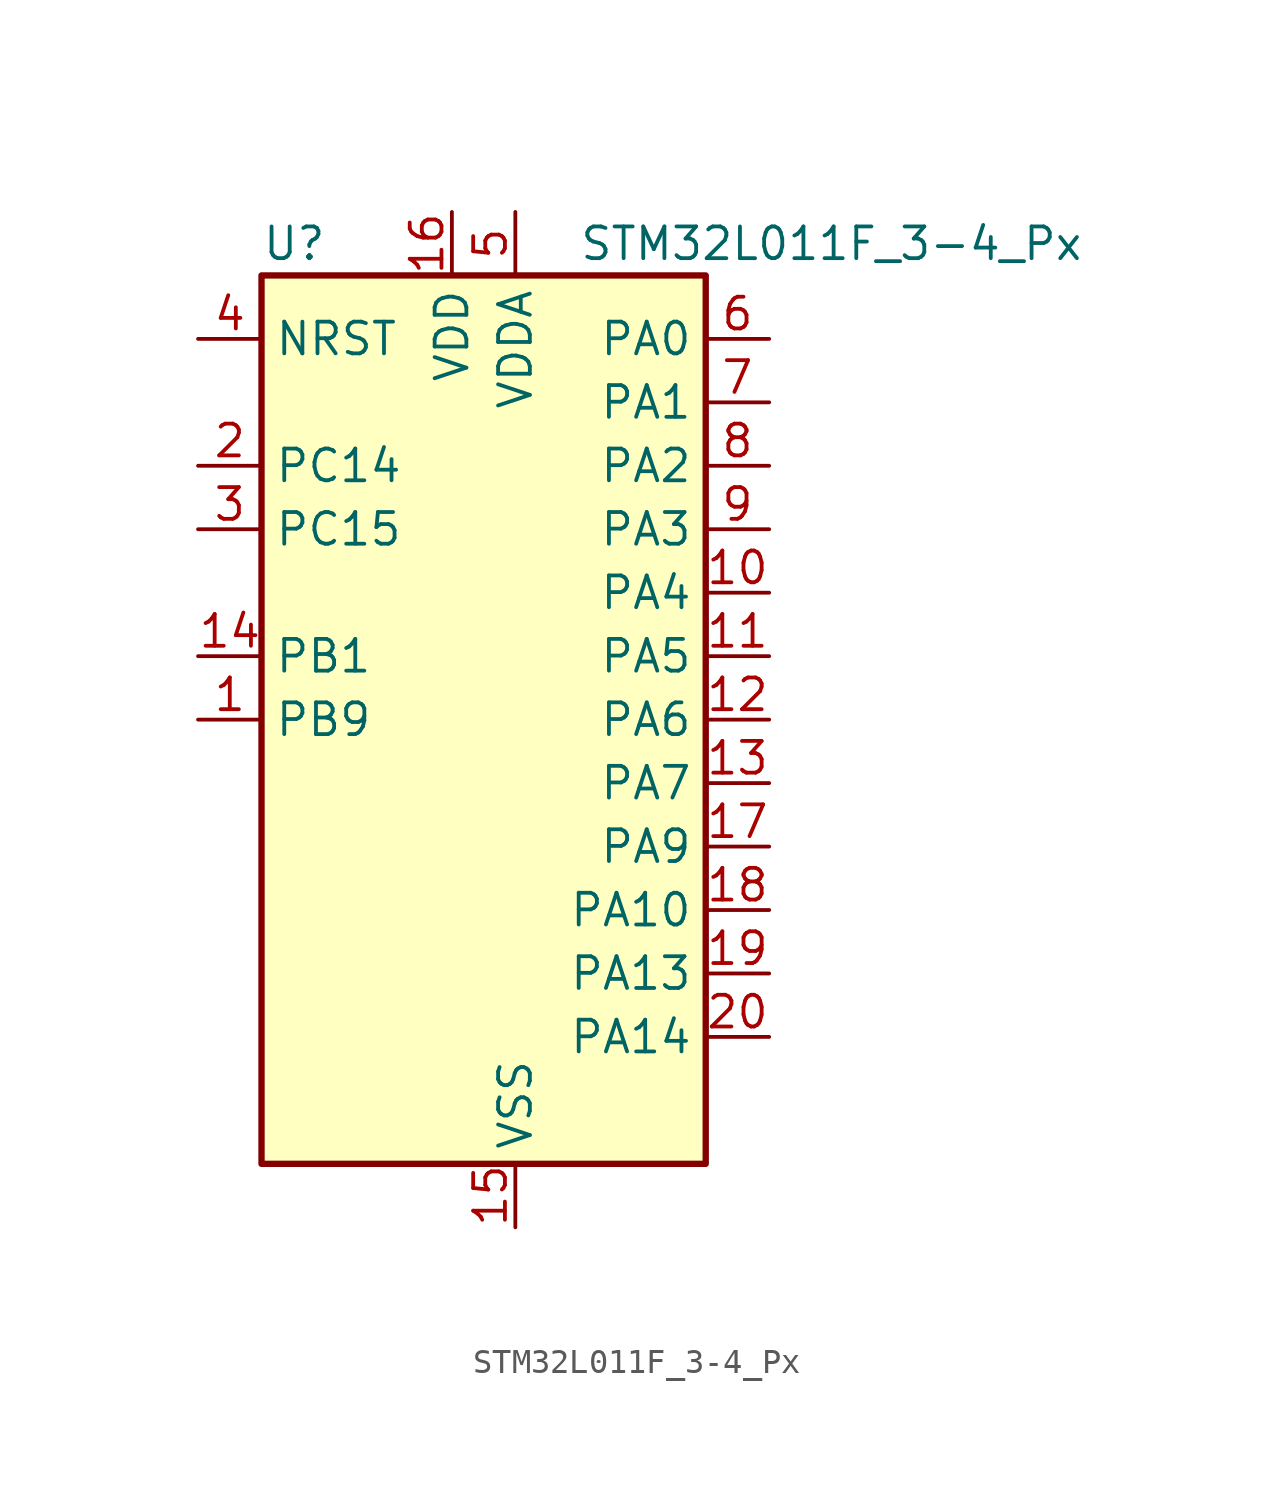
<source format=kicad_sym>
(kicad_symbol_lib
  (version 20220914)
  (generator kicad_symbol_editor)
  (symbol "STM32L011F_3-4_Px"
    (property "Reference" "U"
      (at -7.62 19.05 0)
      (effects (font (size 1.27 1.27)) (justify left)))
    (property "Value" "STM32L011F_3-4_Px"
      (at 5.08 19.05 0)
      (effects (font (size 1.27 1.27)) (justify left)))
    (property "ki_locked" ""
      (at 0 0 0)
      (effects (font (size 1.27 1.27))))
    (symbol "STM32L011F_3-4_Px_0_1"
      (rectangle (start -7.62 -17.78) (end 10.16 17.78) (stroke (width 0.254) (type default)) (fill (type background))))
    (symbol "STM32L011F_3-4_Px_1_1"
      (pin bidirectional line (at -10.16 0 0) (length 2.54) (name "PB9" (effects (font (size 1.27 1.27)))) (number "1" (effects (font (size 1.27 1.27)))))
      (pin bidirectional line (at 12.7 5.08 180) (length 2.54) (name "PA4" (effects (font (size 1.27 1.27)))) (number "10" (effects (font (size 1.27 1.27)))) (alternate "ADC_IN4" bidirectional line) (alternate "COMP1_INM" bidirectional line) (alternate "COMP2_INM" bidirectional line) (alternate "COMP2_OUT" bidirectional line) (alternate "I2C1_SCL" bidirectional line) (alternate "LPTIM1_ETR" bidirectional line) (alternate "LPTIM1_IN1" bidirectional line) (alternate "LPUART1_TX" bidirectional line) (alternate "SPI1_NSS" bidirectional line) (alternate "TIM2_ETR" bidirectional line) (alternate "USART2_CK" bidirectional line))
      (pin bidirectional line (at 12.7 2.54 180) (length 2.54) (name "PA5" (effects (font (size 1.27 1.27)))) (number "11" (effects (font (size 1.27 1.27)))) (alternate "ADC_IN5" bidirectional line) (alternate "COMP1_INM" bidirectional line) (alternate "COMP2_INM" bidirectional line) (alternate "LPTIM1_IN2" bidirectional line) (alternate "SPI1_SCK" bidirectional line) (alternate "TIM2_CH1" bidirectional line) (alternate "TIM2_ETR" bidirectional line))
      (pin bidirectional line (at 12.7 0 180) (length 2.54) (name "PA6" (effects (font (size 1.27 1.27)))) (number "12" (effects (font (size 1.27 1.27)))) (alternate "ADC_IN6" bidirectional line) (alternate "COMP1_OUT" bidirectional line) (alternate "LPTIM1_ETR" bidirectional line) (alternate "LPUART1_CTS" bidirectional line) (alternate "SPI1_MISO" bidirectional line))
      (pin bidirectional line (at 12.7 -2.54 180) (length 2.54) (name "PA7" (effects (font (size 1.27 1.27)))) (number "13" (effects (font (size 1.27 1.27)))) (alternate "ADC_IN7" bidirectional line) (alternate "COMP2_INP" bidirectional line) (alternate "COMP2_OUT" bidirectional line) (alternate "LPTIM1_OUT" bidirectional line) (alternate "SPI1_MOSI" bidirectional line) (alternate "TIM21_ETR" bidirectional line) (alternate "USART2_CTS" bidirectional line))
      (pin bidirectional line (at -10.16 2.54 0) (length 2.54) (name "PB1" (effects (font (size 1.27 1.27)))) (number "14" (effects (font (size 1.27 1.27)))) (alternate "ADC_IN9" bidirectional line) (alternate "LPTIM1_IN1" bidirectional line) (alternate "LPUART1_DE" bidirectional line) (alternate "LPUART1_RTS" bidirectional line) (alternate "SPI1_MOSI" bidirectional line) (alternate "SYS_VREF_OUT_PB1" bidirectional line) (alternate "TIM2_CH4" bidirectional line) (alternate "USART2_CK" bidirectional line))
      (pin power_in line (at 2.54 -20.32 90) (length 2.54) (name "VSS" (effects (font (size 1.27 1.27)))) (number "15" (effects (font (size 1.27 1.27)))))
      (pin power_in line (at 0 20.32 270) (length 2.54) (name "VDD" (effects (font (size 1.27 1.27)))) (number "16" (effects (font (size 1.27 1.27)))))
      (pin bidirectional line (at 12.7 -5.08 180) (length 2.54) (name "PA9" (effects (font (size 1.27 1.27)))) (number "17" (effects (font (size 1.27 1.27)))) (alternate "COMP1_OUT" bidirectional line) (alternate "I2C1_SCL" bidirectional line) (alternate "LPTIM1_OUT" bidirectional line) (alternate "RCC_MCO" bidirectional line) (alternate "TIM21_CH2" bidirectional line) (alternate "USART2_TX" bidirectional line))
      (pin bidirectional line (at 12.7 -7.62 180) (length 2.54) (name "PA10" (effects (font (size 1.27 1.27)))) (number "18" (effects (font (size 1.27 1.27)))) (alternate "COMP1_OUT" bidirectional line) (alternate "I2C1_SDA" bidirectional line) (alternate "RTC_REFIN" bidirectional line) (alternate "TIM21_CH1" bidirectional line) (alternate "TIM2_CH3" bidirectional line) (alternate "USART2_RX" bidirectional line))
      (pin bidirectional line (at 12.7 -10.16 180) (length 2.54) (name "PA13" (effects (font (size 1.27 1.27)))) (number "19" (effects (font (size 1.27 1.27)))) (alternate "COMP1_OUT" bidirectional line) (alternate "I2C1_SDA" bidirectional line) (alternate "LPTIM1_ETR" bidirectional line) (alternate "LPUART1_RX" bidirectional line) (alternate "SPI1_SCK" bidirectional line) (alternate "SYS_SWDIO" bidirectional line))
      (pin bidirectional line (at -10.16 10.16 0) (length 2.54) (name "PC14" (effects (font (size 1.27 1.27)))) (number "2" (effects (font (size 1.27 1.27)))) (alternate "RCC_OSC32_IN" bidirectional line))
      (pin bidirectional line (at 12.7 -12.7 180) (length 2.54) (name "PA14" (effects (font (size 1.27 1.27)))) (number "20" (effects (font (size 1.27 1.27)))) (alternate "COMP2_OUT" bidirectional line) (alternate "I2C1_SMBA" bidirectional line) (alternate "LPTIM1_OUT" bidirectional line) (alternate "LPUART1_TX" bidirectional line) (alternate "SPI1_MISO" bidirectional line) (alternate "SYS_SWCLK" bidirectional line) (alternate "USART2_TX" bidirectional line))
      (pin bidirectional line (at -10.16 7.62 0) (length 2.54) (name "PC15" (effects (font (size 1.27 1.27)))) (number "3" (effects (font (size 1.27 1.27)))) (alternate "RCC_OSC32_OUT" bidirectional line))
      (pin input line (at -10.16 15.24 0) (length 2.54) (name "NRST" (effects (font (size 1.27 1.27)))) (number "4" (effects (font (size 1.27 1.27)))))
      (pin power_in line (at 2.54 20.32 270) (length 2.54) (name "VDDA" (effects (font (size 1.27 1.27)))) (number "5" (effects (font (size 1.27 1.27)))))
      (pin bidirectional line (at 12.7 15.24 180) (length 2.54) (name "PA0" (effects (font (size 1.27 1.27)))) (number "6" (effects (font (size 1.27 1.27)))) (alternate "ADC_IN0" bidirectional line) (alternate "COMP1_INM" bidirectional line) (alternate "COMP1_OUT" bidirectional line) (alternate "LPTIM1_IN1" bidirectional line) (alternate "LPUART1_RX" bidirectional line) (alternate "RCC_CK_IN" bidirectional line) (alternate "RTC_TAMP2" bidirectional line) (alternate "SYS_WKUP1" bidirectional line) (alternate "TIM2_CH1" bidirectional line) (alternate "TIM2_ETR" bidirectional line) (alternate "USART2_CTS" bidirectional line) (alternate "USART2_RX" bidirectional line))
      (pin bidirectional line (at 12.7 12.7 180) (length 2.54) (name "PA1" (effects (font (size 1.27 1.27)))) (number "7" (effects (font (size 1.27 1.27)))) (alternate "ADC_IN1" bidirectional line) (alternate "COMP1_INP" bidirectional line) (alternate "I2C1_SMBA" bidirectional line) (alternate "LPTIM1_IN2" bidirectional line) (alternate "LPUART1_TX" bidirectional line) (alternate "TIM21_ETR" bidirectional line) (alternate "TIM2_CH2" bidirectional line) (alternate "USART2_DE" bidirectional line) (alternate "USART2_RTS" bidirectional line))
      (pin bidirectional line (at 12.7 10.16 180) (length 2.54) (name "PA2" (effects (font (size 1.27 1.27)))) (number "8" (effects (font (size 1.27 1.27)))) (alternate "ADC_IN2" bidirectional line) (alternate "COMP2_INM" bidirectional line) (alternate "COMP2_OUT" bidirectional line) (alternate "LPUART1_TX" bidirectional line) (alternate "RTC_OUT_ALARM" bidirectional line) (alternate "RTC_OUT_CALIB" bidirectional line) (alternate "RTC_TAMP3" bidirectional line) (alternate "RTC_TS" bidirectional line) (alternate "SYS_WKUP3" bidirectional line) (alternate "TIM21_CH1" bidirectional line) (alternate "TIM2_CH3" bidirectional line) (alternate "USART2_TX" bidirectional line))
      (pin bidirectional line (at 12.7 7.62 180) (length 2.54) (name "PA3" (effects (font (size 1.27 1.27)))) (number "9" (effects (font (size 1.27 1.27)))) (alternate "ADC_IN3" bidirectional line) (alternate "COMP2_INP" bidirectional line) (alternate "LPUART1_RX" bidirectional line) (alternate "TIM21_CH2" bidirectional line) (alternate "TIM2_CH4" bidirectional line) (alternate "USART2_RX" bidirectional line)))))
</source>
